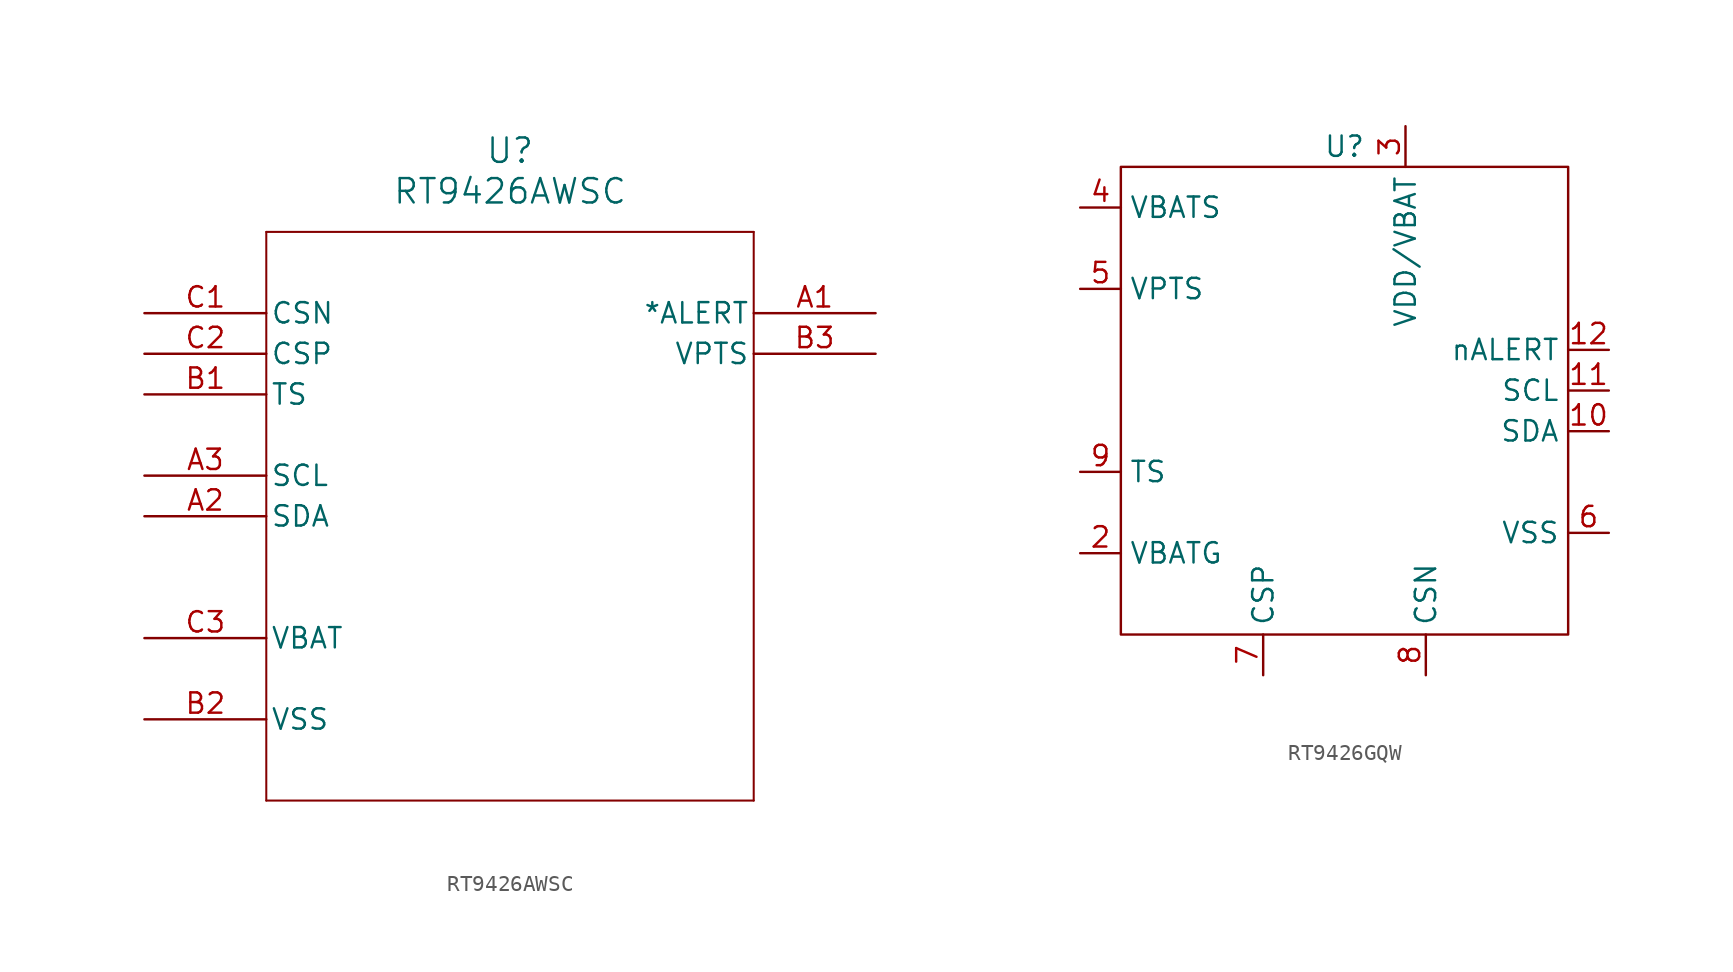
<source format=kicad_sym>
(kicad_symbol_lib
  (version 20241209)
  (generator "kicad_symbol_editor")
  (generator_version "9.0")
  (symbol "RT9426AWSC"
    (pin_names
      (offset 0.254))
    (property "Reference" "U"
      (at 22.86 10.16 0)
      (effects (font (size 1.524 1.524))))
    (property "Value" "RT9426AWSC"
      (at 22.86 7.62 0)
      (effects (font (size 1.524 1.524))))
    (property "ki_locked" ""
      (at 0 0 0)
      (effects (font (size 1.27 1.27))))
    (symbol "RT9426AWSC_0_1"
      (polyline (pts (xy 7.62 5.08) (xy 7.62 -30.48)) (stroke (width 0.127) (type default)) (fill (type none)))
      (polyline (pts (xy 7.62 -30.48) (xy 38.1 -30.48)) (stroke (width 0.127) (type default)) (fill (type none)))
      (polyline (pts (xy 38.1 5.08) (xy 7.62 5.08)) (stroke (width 0.127) (type default)) (fill (type none)))
      (polyline (pts (xy 38.1 -30.48) (xy 38.1 5.08)) (stroke (width 0.127) (type default)) (fill (type none)))
      (pin input line (at 0 0 0) (length 7.62) (name "CSN" (effects (font (size 1.27 1.27)))) (number "C1" (effects (font (size 1.27 1.27)))))
      (pin input line (at 0 -2.54 0) (length 7.62) (name "CSP" (effects (font (size 1.27 1.27)))) (number "C2" (effects (font (size 1.27 1.27)))))
      (pin input line (at 0 -5.08 0) (length 7.62) (name "TS" (effects (font (size 1.27 1.27)))) (number "B1" (effects (font (size 1.27 1.27)))))
      (pin unspecified line (at 0 -10.16 0) (length 7.62) (name "SCL" (effects (font (size 1.27 1.27)))) (number "A3" (effects (font (size 1.27 1.27)))))
      (pin unspecified line (at 0 -12.7 0) (length 7.62) (name "SDA" (effects (font (size 1.27 1.27)))) (number "A2" (effects (font (size 1.27 1.27)))))
      (pin power_in line (at 0 -20.32 0) (length 7.62) (name "VBAT" (effects (font (size 1.27 1.27)))) (number "C3" (effects (font (size 1.27 1.27)))))
      (pin power_out line (at 0 -25.4 0) (length 7.62) (name "VSS" (effects (font (size 1.27 1.27)))) (number "B2" (effects (font (size 1.27 1.27)))))
      (pin output line (at 45.72 0 180) (length 7.62) (name "*ALERT" (effects (font (size 1.27 1.27)))) (number "A1" (effects (font (size 1.27 1.27)))))
      (pin output line (at 45.72 -2.54 180) (length 7.62) (name "VPTS" (effects (font (size 1.27 1.27)))) (number "B3" (effects (font (size 1.27 1.27)))))))
  (symbol "RT9426GQW"
    (property "Reference" "U"
      (at 0 0 0)
      (effects (font (size 1.27 1.27))))
    (property "Value" ""
      (at 0 0 0)
      (effects (font (size 1.27 1.27))))
    (symbol "RT9426GQW_0_0"
      (pin power_in line (at -16.51 -3.81 0) (length 2.54) (name "VBATS" (effects (font (size 1.27 1.27)))) (number "4" (effects (font (size 1.27 1.27)))))
      (pin power_out line (at -16.51 -8.89 0) (length 2.54) (name "VPTS" (effects (font (size 1.27 1.27)))) (number "5" (effects (font (size 1.27 1.27)))))
      (pin passive line (at -16.51 -20.32 0) (length 2.54) (name "TS" (effects (font (size 1.27 1.27)))) (number "9" (effects (font (size 1.27 1.27)))))
      (pin power_in line (at -16.51 -25.4 0) (length 2.54) (name "VBATG" (effects (font (size 1.27 1.27)))) (number "2" (effects (font (size 1.27 1.27)))))
      (pin passive line (at -5.08 -33.02 90) (length 2.54) (name "CSP" (effects (font (size 1.27 1.27)))) (number "7" (effects (font (size 1.27 1.27)))))
      (pin power_in line (at 3.81 1.27 270) (length 2.54) (name "VDD/VBAT" (effects (font (size 1.27 1.27)))) (number "3" (effects (font (size 1.27 1.27)))))
      (pin passive line (at 5.08 -33.02 90) (length 2.54) (name "CSN" (effects (font (size 1.27 1.27)))) (number "8" (effects (font (size 1.27 1.27)))))
      (pin output line (at 16.51 -12.7 180) (length 2.54) (name "nALERT" (effects (font (size 1.27 1.27)))) (number "12" (effects (font (size 1.27 1.27)))))
      (pin input line (at 16.51 -15.24 180) (length 2.54) (name "SCL" (effects (font (size 1.27 1.27)))) (number "11" (effects (font (size 1.27 1.27)))))
      (pin bidirectional line (at 16.51 -17.78 180) (length 2.54) (name "SDA" (effects (font (size 1.27 1.27)))) (number "10" (effects (font (size 1.27 1.27)))))
      (pin power_in line (at 16.51 -24.13 180) (length 2.54) (name "VSS" (effects (font (size 1.27 1.27)))) (number "6" (effects (font (size 1.27 1.27))))))
    (symbol "RT9426GQW_0_1"
      (rectangle (start -13.97 -1.27) (end 13.97 -30.48) (stroke (width 0) (type default)) (fill (type none))))))
</source>
